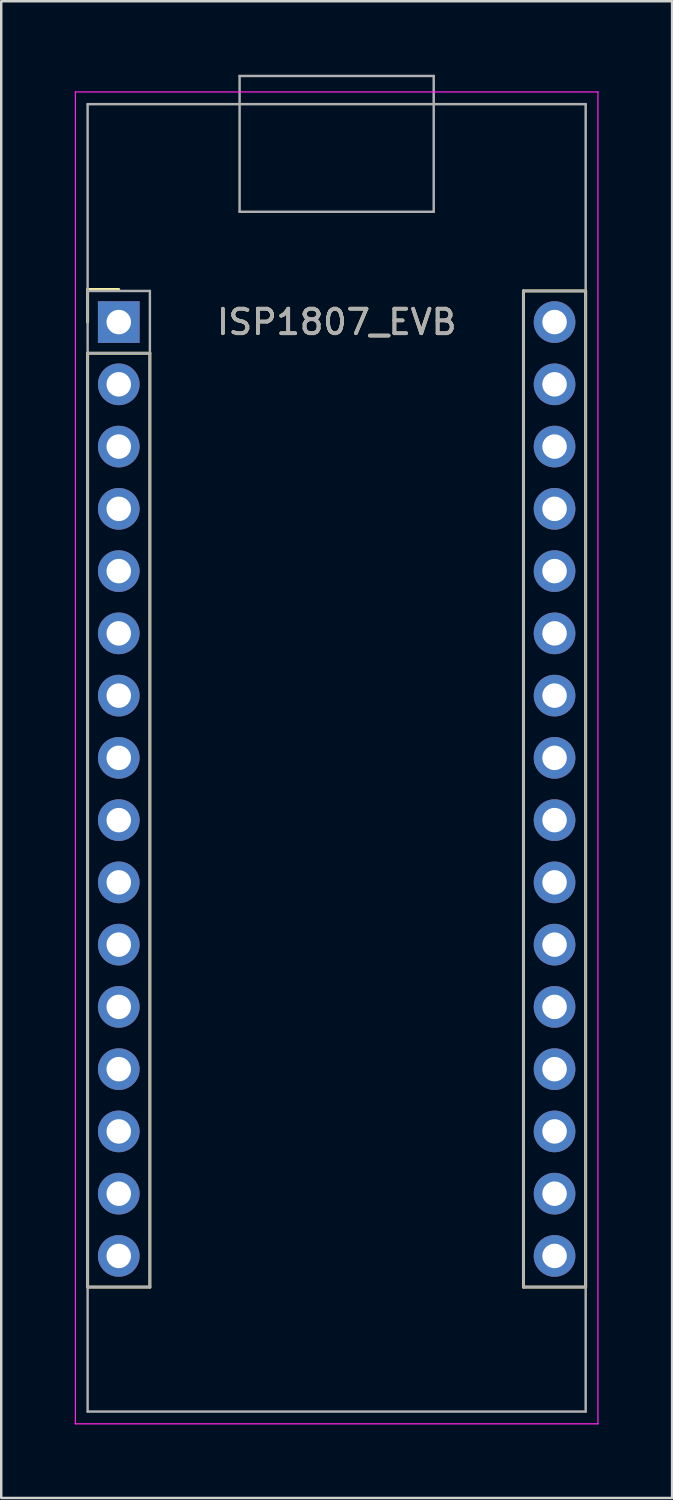
<source format=kicad_pcb>
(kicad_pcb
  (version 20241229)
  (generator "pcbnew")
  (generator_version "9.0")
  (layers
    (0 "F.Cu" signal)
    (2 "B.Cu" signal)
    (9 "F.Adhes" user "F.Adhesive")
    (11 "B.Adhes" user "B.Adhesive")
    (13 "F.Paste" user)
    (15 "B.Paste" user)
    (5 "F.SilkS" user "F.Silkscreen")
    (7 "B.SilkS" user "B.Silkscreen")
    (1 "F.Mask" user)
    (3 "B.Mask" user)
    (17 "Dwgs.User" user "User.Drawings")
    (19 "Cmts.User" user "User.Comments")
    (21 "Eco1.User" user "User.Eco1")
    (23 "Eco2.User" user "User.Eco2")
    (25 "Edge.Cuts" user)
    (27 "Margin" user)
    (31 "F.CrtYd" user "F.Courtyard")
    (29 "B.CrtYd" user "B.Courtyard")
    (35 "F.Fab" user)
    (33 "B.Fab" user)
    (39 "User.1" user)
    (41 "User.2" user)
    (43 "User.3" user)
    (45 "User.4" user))
  (footprint "ISP1807_EVB"
    (layer "F.Cu")
    (at 1.795 10.09)
    (property "Reference" "ISP1807_EVB" (at 8.89 0 0) (layer "F.SilkS") (effects (font (size 1 1) (thickness 0.15))))
    (attr through_hole)
    (fp_line (start -1.27 -1.33) (end 0 -1.33) (stroke (width 0.12) (type solid)) (layer "F.SilkS"))
    (fp_line (start -1.27 0) (end -1.27 -1.33) (stroke (width 0.12) (type solid)) (layer "F.SilkS"))
    (fp_line (start -1.27 1.27) (end -1.27 39.37) (stroke (width 0.12) (type solid)) (layer "F.SilkS"))
    (fp_line (start -1.27 1.27) (end 1.27 1.27) (stroke (width 0.12) (type solid)) (layer "F.SilkS"))
    (fp_line (start -1.27 39.37) (end 1.27 39.37) (stroke (width 0.12) (type solid)) (layer "F.SilkS"))
    (fp_line (start 1.27 1.27) (end 1.27 39.37) (stroke (width 0.12) (type solid)) (layer "F.SilkS"))
    (fp_line (start 16.51 -1.27) (end 16.51 39.37) (stroke (width 0.12) (type solid)) (layer "F.SilkS"))
    (fp_line (start 16.51 -1.27) (end 19.05 -1.27) (stroke (width 0.12) (type solid)) (layer "F.SilkS"))
    (fp_line (start 16.51 39.37) (end 19.05 39.37) (stroke (width 0.12) (type solid)) (layer "F.SilkS"))
    (fp_line (start 19.05 -1.27) (end 19.05 39.37) (stroke (width 0.12) (type solid)) (layer "F.SilkS"))
    (fp_line (start -1.77 -9.39) (end -1.77 44.95) (stroke (width 0.05) (type solid)) (layer "F.CrtYd"))
    (fp_line (start -1.77 44.95) (end 19.55 44.95) (stroke (width 0.05) (type solid)) (layer "F.CrtYd"))
    (fp_line (start 19.55 -9.39) (end -1.77 -9.39) (stroke (width 0.05) (type solid)) (layer "F.CrtYd"))
    (fp_line (start 19.55 44.95) (end 19.55 -9.39) (stroke (width 0.05) (type solid)) (layer "F.CrtYd"))
    (fp_line (start -1.27 -8.89) (end 19.05 -8.89) (stroke (width 0.1) (type solid)) (layer "F.Fab"))
    (fp_line (start -1.27 -1.27) (end 1.27 -1.27) (stroke (width 0.1) (type solid)) (layer "F.Fab"))
    (fp_line (start -1.27 1.27) (end 1.27 1.27) (stroke (width 0.1) (type solid)) (layer "F.Fab"))
    (fp_line (start -1.27 44.45) (end -1.27 -8.89) (stroke (width 0.1) (type solid)) (layer "F.Fab"))
    (fp_line (start 1.27 -1.27) (end 1.27 39.37) (stroke (width 0.1) (type solid)) (layer "F.Fab"))
    (fp_line (start 1.27 39.37) (end -1.27 39.37) (stroke (width 0.1) (type solid)) (layer "F.Fab"))
    (fp_line (start 4.93 -10.04) (end 4.93 -4.5) (stroke (width 0.1) (type solid)) (layer "F.Fab"))
    (fp_line (start 4.93 -10.04) (end 12.85 -10.04) (stroke (width 0.1) (type solid)) (layer "F.Fab"))
    (fp_line (start 4.93 -4.5) (end 12.85 -4.5) (stroke (width 0.1) (type solid)) (layer "F.Fab"))
    (fp_line (start 12.85 -10.04) (end 12.85 -4.5) (stroke (width 0.1) (type solid)) (layer "F.Fab"))
    (fp_line (start 16.51 39.37) (end 16.51 -1.27) (stroke (width 0.1) (type solid)) (layer "F.Fab"))
    (fp_line (start 19.05 -8.89) (end 19.05 44.45) (stroke (width 0.1) (type solid)) (layer "F.Fab"))
    (fp_line (start 19.05 -1.27) (end 16.51 -1.27) (stroke (width 0.1) (type solid)) (layer "F.Fab"))
    (fp_line (start 19.05 39.37) (end 16.51 39.37) (stroke (width 0.1) (type solid)) (layer "F.Fab"))
    (fp_line (start 19.05 44.45) (end -1.27 44.45) (stroke (width 0.1) (type solid)) (layer "F.Fab"))
    (fp_text user "${REFERENCE}" (at 8.89 0 180) (layer "F.Fab") (effects (font (size 1 1) (thickness 0.15))))
    (pad "1" thru_hole rect (at 0 0) (size 1.7 1.7) (drill 1) (layers "*.Cu" "*.Mask"))
    (pad "2" thru_hole oval (at 0 2.54) (size 1.7 1.7) (drill 1) (layers "*.Cu" "*.Mask"))
    (pad "3" thru_hole oval (at 0 5.08) (size 1.7 1.7) (drill 1) (layers "*.Cu" "*.Mask"))
    (pad "4" thru_hole oval (at 0 7.62) (size 1.7 1.7) (drill 1) (layers "*.Cu" "*.Mask"))
    (pad "5" thru_hole oval (at 0 10.16) (size 1.7 1.7) (drill 1) (layers "*.Cu" "*.Mask"))
    (pad "6" thru_hole oval (at 0 12.7) (size 1.7 1.7) (drill 1) (layers "*.Cu" "*.Mask"))
    (pad "7" thru_hole oval (at 0 15.24) (size 1.7 1.7) (drill 1) (layers "*.Cu" "*.Mask"))
    (pad "8" thru_hole oval (at 0 17.78) (size 1.7 1.7) (drill 1) (layers "*.Cu" "*.Mask"))
    (pad "9" thru_hole oval (at 0 20.32) (size 1.7 1.7) (drill 1) (layers "*.Cu" "*.Mask"))
    (pad "10" thru_hole oval (at 0 22.86) (size 1.7 1.7) (drill 1) (layers "*.Cu" "*.Mask"))
    (pad "11" thru_hole oval (at 0 25.4) (size 1.7 1.7) (drill 1) (layers "*.Cu" "*.Mask"))
    (pad "12" thru_hole oval (at 0 27.94) (size 1.7 1.7) (drill 1) (layers "*.Cu" "*.Mask"))
    (pad "13" thru_hole oval (at 0 30.48) (size 1.7 1.7) (drill 1) (layers "*.Cu" "*.Mask"))
    (pad "14" thru_hole oval (at 0 33.02) (size 1.7 1.7) (drill 1) (layers "*.Cu" "*.Mask"))
    (pad "15" thru_hole oval (at 0 35.56) (size 1.7 1.7) (drill 1) (layers "*.Cu" "*.Mask"))
    (pad "16" thru_hole oval (at 0 38.1) (size 1.7 1.7) (drill 1) (layers "*.Cu" "*.Mask"))
    (pad "17" thru_hole oval (at 17.78 38.1) (size 1.7 1.7) (drill 1) (layers "*.Cu" "*.Mask"))
    (pad "18" thru_hole oval (at 17.78 35.56) (size 1.7 1.7) (drill 1) (layers "*.Cu" "*.Mask"))
    (pad "19" thru_hole oval (at 17.78 33.02) (size 1.7 1.7) (drill 1) (layers "*.Cu" "*.Mask"))
    (pad "20" thru_hole oval (at 17.78 30.48) (size 1.7 1.7) (drill 1) (layers "*.Cu" "*.Mask"))
    (pad "21" thru_hole oval (at 17.78 27.94) (size 1.7 1.7) (drill 1) (layers "*.Cu" "*.Mask"))
    (pad "22" thru_hole oval (at 17.78 25.4) (size 1.7 1.7) (drill 1) (layers "*.Cu" "*.Mask"))
    (pad "23" thru_hole oval (at 17.78 22.86) (size 1.7 1.7) (drill 1) (layers "*.Cu" "*.Mask"))
    (pad "24" thru_hole oval (at 17.78 20.32) (size 1.7 1.7) (drill 1) (layers "*.Cu" "*.Mask"))
    (pad "25" thru_hole oval (at 17.78 17.78) (size 1.7 1.7) (drill 1) (layers "*.Cu" "*.Mask"))
    (pad "26" thru_hole oval (at 17.78 15.24) (size 1.7 1.7) (drill 1) (layers "*.Cu" "*.Mask"))
    (pad "27" thru_hole oval (at 17.78 12.7) (size 1.7 1.7) (drill 1) (layers "*.Cu" "*.Mask"))
    (pad "28" thru_hole oval (at 17.78 10.16) (size 1.7 1.7) (drill 1) (layers "*.Cu" "*.Mask"))
    (pad "29" thru_hole oval (at 17.78 7.62) (size 1.7 1.7) (drill 1) (layers "*.Cu" "*.Mask"))
    (pad "30" thru_hole oval (at 17.78 5.08) (size 1.7 1.7) (drill 1) (layers "*.Cu" "*.Mask"))
    (pad "31" thru_hole oval (at 17.78 2.54) (size 1.7 1.7) (drill 1) (layers "*.Cu" "*.Mask"))
    (pad "32" thru_hole oval (at 17.78 0 90) (size 1.7 1.7) (drill 1) (layers "*.Cu" "*.Mask")))
  (gr_rect
    (start -3 -3)
    (end 24.37 58.065)
    (stroke (width 0.1) (type default))
    (fill no)
    (layer "Edge.Cuts")))
</source>
